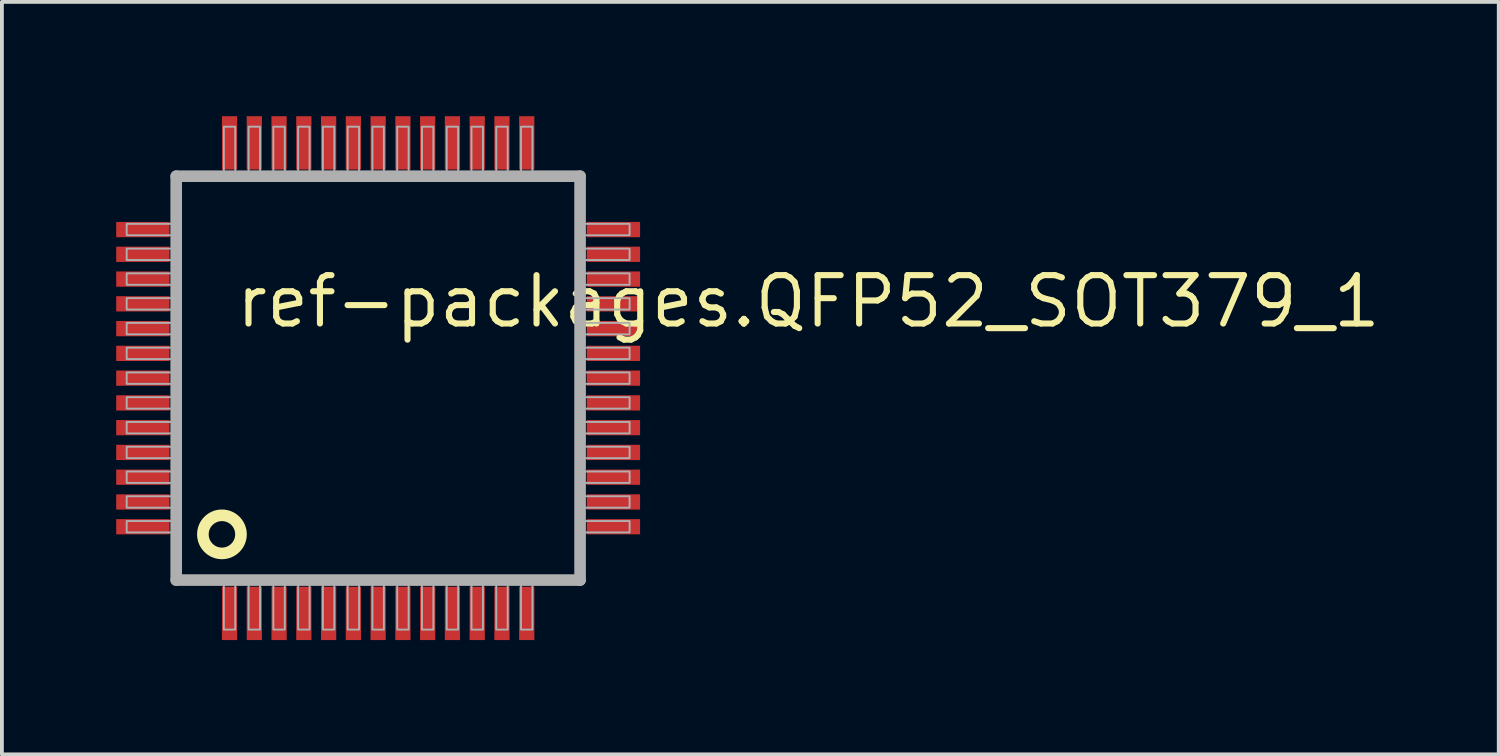
<source format=kicad_pcb>
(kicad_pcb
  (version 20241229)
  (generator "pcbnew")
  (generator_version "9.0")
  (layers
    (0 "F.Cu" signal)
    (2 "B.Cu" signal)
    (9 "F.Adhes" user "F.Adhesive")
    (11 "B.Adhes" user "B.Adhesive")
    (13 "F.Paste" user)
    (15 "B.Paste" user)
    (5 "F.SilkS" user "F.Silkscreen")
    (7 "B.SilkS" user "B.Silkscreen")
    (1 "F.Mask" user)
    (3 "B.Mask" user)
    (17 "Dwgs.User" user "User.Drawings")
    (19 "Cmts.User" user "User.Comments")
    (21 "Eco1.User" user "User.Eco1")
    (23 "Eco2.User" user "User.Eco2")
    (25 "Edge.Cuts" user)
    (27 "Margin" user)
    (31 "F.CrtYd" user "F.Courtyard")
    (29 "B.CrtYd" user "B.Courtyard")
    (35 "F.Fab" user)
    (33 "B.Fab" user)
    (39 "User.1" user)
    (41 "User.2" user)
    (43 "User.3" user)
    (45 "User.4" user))
  (footprint "ref-packages.QFP52_SOT379_1"
    (layer "F.Cu")
    (at 6.875 6.875)
    (property "Reference" "ref-packages.QFP52_SOT379_1" (at -3.81 -1.27 0) (layer "F.SilkS") (effects (font (size 1.27 1.27) (thickness 0.16)) (justify left bottom)))
    (attr smd)
    (fp_circle (center -4.1 4.1) (end -3.6 4.1) (stroke (width 0.305) (type default)) (fill no) (layer "F.SilkS"))
    (fp_line (start -5.3 -5.3) (end 5.3 -5.3) (stroke (width 0.305) (type default)) (layer "F.Fab"))
    (fp_line (start -5.3 5.3) (end -5.3 -5.3) (stroke (width 0.305) (type default)) (layer "F.Fab"))
    (fp_line (start 5.3 -5.3) (end 5.3 5.3) (stroke (width 0.305) (type default)) (layer "F.Fab"))
    (fp_line (start 5.3 5.3) (end -5.3 5.3) (stroke (width 0.305) (type default)) (layer "F.Fab"))
    (fp_rect (start -6.6 -3.75) (end -5.4 -4.05) (stroke (width 0.05) (type default)) (fill no) (layer "F.Fab"))
    (fp_rect (start -6.6 -3.1) (end -5.4 -3.4) (stroke (width 0.05) (type default)) (fill no) (layer "F.Fab"))
    (fp_rect (start -6.6 -2.45) (end -5.4 -2.75) (stroke (width 0.05) (type default)) (fill no) (layer "F.Fab"))
    (fp_rect (start -6.6 -1.8) (end -5.4 -2.1) (stroke (width 0.05) (type default)) (fill no) (layer "F.Fab"))
    (fp_rect (start -6.6 -1.15) (end -5.4 -1.45) (stroke (width 0.05) (type default)) (fill no) (layer "F.Fab"))
    (fp_rect (start -6.6 -0.5) (end -5.4 -0.8) (stroke (width 0.05) (type default)) (fill no) (layer "F.Fab"))
    (fp_rect (start -6.6 0.15) (end -5.4 -0.15) (stroke (width 0.05) (type default)) (fill no) (layer "F.Fab"))
    (fp_rect (start -6.6 0.8) (end -5.4 0.5) (stroke (width 0.05) (type default)) (fill no) (layer "F.Fab"))
    (fp_rect (start -6.6 1.45) (end -5.4 1.15) (stroke (width 0.05) (type default)) (fill no) (layer "F.Fab"))
    (fp_rect (start -6.6 2.1) (end -5.4 1.8) (stroke (width 0.05) (type default)) (fill no) (layer "F.Fab"))
    (fp_rect (start -6.6 2.75) (end -5.4 2.45) (stroke (width 0.05) (type default)) (fill no) (layer "F.Fab"))
    (fp_rect (start -6.6 3.4) (end -5.4 3.1) (stroke (width 0.05) (type default)) (fill no) (layer "F.Fab"))
    (fp_rect (start -6.6 4.05) (end -5.4 3.75) (stroke (width 0.05) (type default)) (fill no) (layer "F.Fab"))
    (fp_rect (start -4.05 -5.4) (end -3.75 -6.6) (stroke (width 0.05) (type default)) (fill no) (layer "F.Fab"))
    (fp_rect (start -4.05 6.6) (end -3.75 5.4) (stroke (width 0.05) (type default)) (fill no) (layer "F.Fab"))
    (fp_rect (start -3.4 -5.4) (end -3.1 -6.6) (stroke (width 0.05) (type default)) (fill no) (layer "F.Fab"))
    (fp_rect (start -3.4 6.6) (end -3.1 5.4) (stroke (width 0.05) (type default)) (fill no) (layer "F.Fab"))
    (fp_rect (start -2.75 -5.4) (end -2.45 -6.6) (stroke (width 0.05) (type default)) (fill no) (layer "F.Fab"))
    (fp_rect (start -2.75 6.6) (end -2.45 5.4) (stroke (width 0.05) (type default)) (fill no) (layer "F.Fab"))
    (fp_rect (start -2.1 -5.4) (end -1.8 -6.6) (stroke (width 0.05) (type default)) (fill no) (layer "F.Fab"))
    (fp_rect (start -2.1 6.6) (end -1.8 5.4) (stroke (width 0.05) (type default)) (fill no) (layer "F.Fab"))
    (fp_rect (start -1.45 -5.4) (end -1.15 -6.6) (stroke (width 0.05) (type default)) (fill no) (layer "F.Fab"))
    (fp_rect (start -1.45 6.6) (end -1.15 5.4) (stroke (width 0.05) (type default)) (fill no) (layer "F.Fab"))
    (fp_rect (start -0.8 -5.4) (end -0.5 -6.6) (stroke (width 0.05) (type default)) (fill no) (layer "F.Fab"))
    (fp_rect (start -0.8 6.6) (end -0.5 5.4) (stroke (width 0.05) (type default)) (fill no) (layer "F.Fab"))
    (fp_rect (start -0.15 -5.4) (end 0.15 -6.6) (stroke (width 0.05) (type default)) (fill no) (layer "F.Fab"))
    (fp_rect (start -0.15 6.6) (end 0.15 5.4) (stroke (width 0.05) (type default)) (fill no) (layer "F.Fab"))
    (fp_rect (start 0.5 -5.4) (end 0.8 -6.6) (stroke (width 0.05) (type default)) (fill no) (layer "F.Fab"))
    (fp_rect (start 0.5 6.6) (end 0.8 5.4) (stroke (width 0.05) (type default)) (fill no) (layer "F.Fab"))
    (fp_rect (start 1.15 -5.4) (end 1.45 -6.6) (stroke (width 0.05) (type default)) (fill no) (layer "F.Fab"))
    (fp_rect (start 1.15 6.6) (end 1.45 5.4) (stroke (width 0.05) (type default)) (fill no) (layer "F.Fab"))
    (fp_rect (start 1.8 -5.4) (end 2.1 -6.6) (stroke (width 0.05) (type default)) (fill no) (layer "F.Fab"))
    (fp_rect (start 1.8 6.6) (end 2.1 5.4) (stroke (width 0.05) (type default)) (fill no) (layer "F.Fab"))
    (fp_rect (start 2.45 -5.4) (end 2.75 -6.6) (stroke (width 0.05) (type default)) (fill no) (layer "F.Fab"))
    (fp_rect (start 2.45 6.6) (end 2.75 5.4) (stroke (width 0.05) (type default)) (fill no) (layer "F.Fab"))
    (fp_rect (start 3.1 -5.4) (end 3.4 -6.6) (stroke (width 0.05) (type default)) (fill no) (layer "F.Fab"))
    (fp_rect (start 3.1 6.6) (end 3.4 5.4) (stroke (width 0.05) (type default)) (fill no) (layer "F.Fab"))
    (fp_rect (start 3.75 -5.4) (end 4.05 -6.6) (stroke (width 0.05) (type default)) (fill no) (layer "F.Fab"))
    (fp_rect (start 3.75 6.6) (end 4.05 5.4) (stroke (width 0.05) (type default)) (fill no) (layer "F.Fab"))
    (fp_rect (start 5.4 -3.75) (end 6.6 -4.05) (stroke (width 0.05) (type default)) (fill no) (layer "F.Fab"))
    (fp_rect (start 5.4 -3.1) (end 6.6 -3.4) (stroke (width 0.05) (type default)) (fill no) (layer "F.Fab"))
    (fp_rect (start 5.4 -2.45) (end 6.6 -2.75) (stroke (width 0.05) (type default)) (fill no) (layer "F.Fab"))
    (fp_rect (start 5.4 -1.8) (end 6.6 -2.1) (stroke (width 0.05) (type default)) (fill no) (layer "F.Fab"))
    (fp_rect (start 5.4 -1.15) (end 6.6 -1.45) (stroke (width 0.05) (type default)) (fill no) (layer "F.Fab"))
    (fp_rect (start 5.4 -0.5) (end 6.6 -0.8) (stroke (width 0.05) (type default)) (fill no) (layer "F.Fab"))
    (fp_rect (start 5.4 0.15) (end 6.6 -0.15) (stroke (width 0.05) (type default)) (fill no) (layer "F.Fab"))
    (fp_rect (start 5.4 0.8) (end 6.6 0.5) (stroke (width 0.05) (type default)) (fill no) (layer "F.Fab"))
    (fp_rect (start 5.4 1.45) (end 6.6 1.15) (stroke (width 0.05) (type default)) (fill no) (layer "F.Fab"))
    (fp_rect (start 5.4 2.1) (end 6.6 1.8) (stroke (width 0.05) (type default)) (fill no) (layer "F.Fab"))
    (fp_rect (start 5.4 2.75) (end 6.6 2.45) (stroke (width 0.05) (type default)) (fill no) (layer "F.Fab"))
    (fp_rect (start 5.4 3.4) (end 6.6 3.1) (stroke (width 0.05) (type default)) (fill no) (layer "F.Fab"))
    (fp_rect (start 5.4 4.05) (end 6.6 3.75) (stroke (width 0.05) (type default)) (fill no) (layer "F.Fab"))
    (pad "1" smd roundrect (at -3.9 6.175) (size 0.4 1.4) (layers "F.Cu" "F.Mask" "F.Paste") (roundrect_rratio 0.01))
    (pad "2" smd roundrect (at -3.25 6.175) (size 0.4 1.4) (layers "F.Cu" "F.Mask" "F.Paste") (roundrect_rratio 0.01))
    (pad "3" smd roundrect (at -2.6 6.175) (size 0.4 1.4) (layers "F.Cu" "F.Mask" "F.Paste") (roundrect_rratio 0.01))
    (pad "4" smd roundrect (at -1.95 6.175) (size 0.4 1.4) (layers "F.Cu" "F.Mask" "F.Paste") (roundrect_rratio 0.01))
    (pad "5" smd roundrect (at -1.3 6.175) (size 0.4 1.4) (layers "F.Cu" "F.Mask" "F.Paste") (roundrect_rratio 0.01))
    (pad "6" smd roundrect (at -0.65 6.175) (size 0.4 1.4) (layers "F.Cu" "F.Mask" "F.Paste") (roundrect_rratio 0.01))
    (pad "7" smd roundrect (at 0 6.175) (size 0.4 1.4) (layers "F.Cu" "F.Mask" "F.Paste") (roundrect_rratio 0.01))
    (pad "8" smd roundrect (at 0.65 6.175) (size 0.4 1.4) (layers "F.Cu" "F.Mask" "F.Paste") (roundrect_rratio 0.01))
    (pad "9" smd roundrect (at 1.3 6.175) (size 0.4 1.4) (layers "F.Cu" "F.Mask" "F.Paste") (roundrect_rratio 0.01))
    (pad "10" smd roundrect (at 1.95 6.175) (size 0.4 1.4) (layers "F.Cu" "F.Mask" "F.Paste") (roundrect_rratio 0.01))
    (pad "11" smd roundrect (at 2.6 6.175) (size 0.4 1.4) (layers "F.Cu" "F.Mask" "F.Paste") (roundrect_rratio 0.01))
    (pad "12" smd roundrect (at 3.25 6.175) (size 0.4 1.4) (layers "F.Cu" "F.Mask" "F.Paste") (roundrect_rratio 0.01))
    (pad "13" smd roundrect (at 3.9 6.175) (size 0.4 1.4) (layers "F.Cu" "F.Mask" "F.Paste") (roundrect_rratio 0.01))
    (pad "14" smd roundrect (at 6.175 3.9) (size 1.4 0.4) (layers "F.Cu" "F.Mask" "F.Paste") (roundrect_rratio 0.01))
    (pad "15" smd roundrect (at 6.175 3.25) (size 1.4 0.4) (layers "F.Cu" "F.Mask" "F.Paste") (roundrect_rratio 0.01))
    (pad "16" smd roundrect (at 6.175 2.6) (size 1.4 0.4) (layers "F.Cu" "F.Mask" "F.Paste") (roundrect_rratio 0.01))
    (pad "17" smd roundrect (at 6.175 1.95) (size 1.4 0.4) (layers "F.Cu" "F.Mask" "F.Paste") (roundrect_rratio 0.01))
    (pad "18" smd roundrect (at 6.175 1.3) (size 1.4 0.4) (layers "F.Cu" "F.Mask" "F.Paste") (roundrect_rratio 0.01))
    (pad "19" smd roundrect (at 6.175 0.65) (size 1.4 0.4) (layers "F.Cu" "F.Mask" "F.Paste") (roundrect_rratio 0.01))
    (pad "20" smd roundrect (at 6.175 0) (size 1.4 0.4) (layers "F.Cu" "F.Mask" "F.Paste") (roundrect_rratio 0.01))
    (pad "21" smd roundrect (at 6.175 -0.65) (size 1.4 0.4) (layers "F.Cu" "F.Mask" "F.Paste") (roundrect_rratio 0.01))
    (pad "22" smd roundrect (at 6.175 -1.3) (size 1.4 0.4) (layers "F.Cu" "F.Mask" "F.Paste") (roundrect_rratio 0.01))
    (pad "23" smd roundrect (at 6.175 -1.95) (size 1.4 0.4) (layers "F.Cu" "F.Mask" "F.Paste") (roundrect_rratio 0.01))
    (pad "24" smd roundrect (at 6.175 -2.6) (size 1.4 0.4) (layers "F.Cu" "F.Mask" "F.Paste") (roundrect_rratio 0.01))
    (pad "25" smd roundrect (at 6.175 -3.25) (size 1.4 0.4) (layers "F.Cu" "F.Mask" "F.Paste") (roundrect_rratio 0.01))
    (pad "26" smd roundrect (at 6.175 -3.9) (size 1.4 0.4) (layers "F.Cu" "F.Mask" "F.Paste") (roundrect_rratio 0.01))
    (pad "27" smd roundrect (at 3.9 -6.175) (size 0.4 1.4) (layers "F.Cu" "F.Mask" "F.Paste") (roundrect_rratio 0.01))
    (pad "28" smd roundrect (at 3.25 -6.175) (size 0.4 1.4) (layers "F.Cu" "F.Mask" "F.Paste") (roundrect_rratio 0.01))
    (pad "29" smd roundrect (at 2.6 -6.175) (size 0.4 1.4) (layers "F.Cu" "F.Mask" "F.Paste") (roundrect_rratio 0.01))
    (pad "30" smd roundrect (at 1.95 -6.175) (size 0.4 1.4) (layers "F.Cu" "F.Mask" "F.Paste") (roundrect_rratio 0.01))
    (pad "31" smd roundrect (at 1.3 -6.175) (size 0.4 1.4) (layers "F.Cu" "F.Mask" "F.Paste") (roundrect_rratio 0.01))
    (pad "32" smd roundrect (at 0.65 -6.175) (size 0.4 1.4) (layers "F.Cu" "F.Mask" "F.Paste") (roundrect_rratio 0.01))
    (pad "33" smd roundrect (at 0 -6.175) (size 0.4 1.4) (layers "F.Cu" "F.Mask" "F.Paste") (roundrect_rratio 0.01))
    (pad "34" smd roundrect (at -0.65 -6.175) (size 0.4 1.4) (layers "F.Cu" "F.Mask" "F.Paste") (roundrect_rratio 0.01))
    (pad "35" smd roundrect (at -1.3 -6.175) (size 0.4 1.4) (layers "F.Cu" "F.Mask" "F.Paste") (roundrect_rratio 0.01))
    (pad "36" smd roundrect (at -1.95 -6.175) (size 0.4 1.4) (layers "F.Cu" "F.Mask" "F.Paste") (roundrect_rratio 0.01))
    (pad "37" smd roundrect (at -2.6 -6.175) (size 0.4 1.4) (layers "F.Cu" "F.Mask" "F.Paste") (roundrect_rratio 0.01))
    (pad "38" smd roundrect (at -3.25 -6.175) (size 0.4 1.4) (layers "F.Cu" "F.Mask" "F.Paste") (roundrect_rratio 0.01))
    (pad "39" smd roundrect (at -3.9 -6.175) (size 0.4 1.4) (layers "F.Cu" "F.Mask" "F.Paste") (roundrect_rratio 0.01))
    (pad "40" smd roundrect (at -6.175 -3.9) (size 1.4 0.4) (layers "F.Cu" "F.Mask" "F.Paste") (roundrect_rratio 0.01))
    (pad "41" smd roundrect (at -6.175 -3.25) (size 1.4 0.4) (layers "F.Cu" "F.Mask" "F.Paste") (roundrect_rratio 0.01))
    (pad "42" smd roundrect (at -6.175 -2.6) (size 1.4 0.4) (layers "F.Cu" "F.Mask" "F.Paste") (roundrect_rratio 0.01))
    (pad "43" smd roundrect (at -6.175 -1.95) (size 1.4 0.4) (layers "F.Cu" "F.Mask" "F.Paste") (roundrect_rratio 0.01))
    (pad "44" smd roundrect (at -6.175 -1.3) (size 1.4 0.4) (layers "F.Cu" "F.Mask" "F.Paste") (roundrect_rratio 0.01))
    (pad "45" smd roundrect (at -6.175 -0.65) (size 1.4 0.4) (layers "F.Cu" "F.Mask" "F.Paste") (roundrect_rratio 0.01))
    (pad "46" smd roundrect (at -6.175 0) (size 1.4 0.4) (layers "F.Cu" "F.Mask" "F.Paste") (roundrect_rratio 0.01))
    (pad "47" smd roundrect (at -6.175 0.65) (size 1.4 0.4) (layers "F.Cu" "F.Mask" "F.Paste") (roundrect_rratio 0.01))
    (pad "48" smd roundrect (at -6.175 1.3) (size 1.4 0.4) (layers "F.Cu" "F.Mask" "F.Paste") (roundrect_rratio 0.01))
    (pad "49" smd roundrect (at -6.175 1.95) (size 1.4 0.4) (layers "F.Cu" "F.Mask" "F.Paste") (roundrect_rratio 0.01))
    (pad "50" smd roundrect (at -6.175 2.6) (size 1.4 0.4) (layers "F.Cu" "F.Mask" "F.Paste") (roundrect_rratio 0.01))
    (pad "51" smd roundrect (at -6.175 3.25) (size 1.4 0.4) (layers "F.Cu" "F.Mask" "F.Paste") (roundrect_rratio 0.01))
    (pad "52" smd roundrect (at -6.175 3.9) (size 1.4 0.4) (layers "F.Cu" "F.Mask" "F.Paste") (roundrect_rratio 0.01)))
  (gr_rect
    (start -3 -3)
    (end 36.287 16.75)
    (stroke (width 0.1) (type default))
    (fill no)
    (layer "Edge.Cuts")))
</source>
